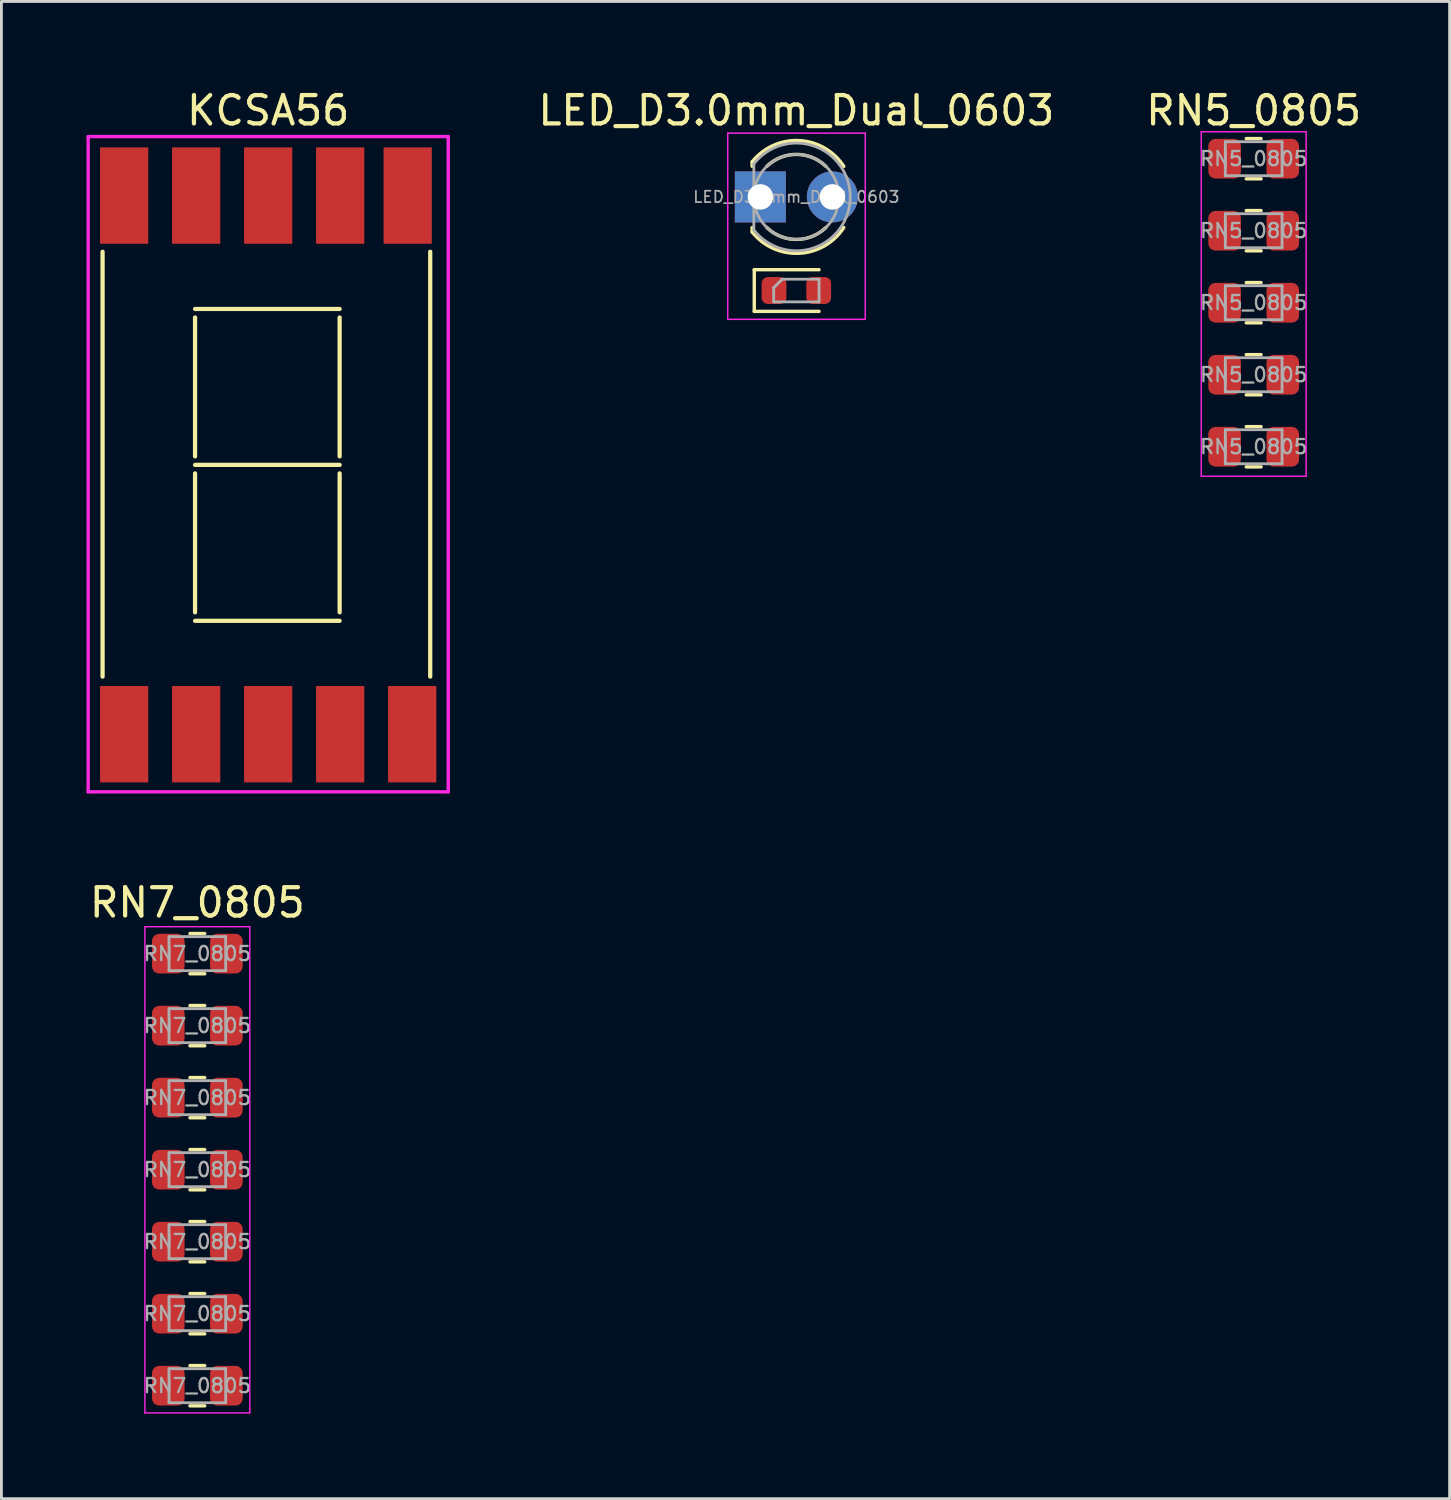
<source format=kicad_pcb>
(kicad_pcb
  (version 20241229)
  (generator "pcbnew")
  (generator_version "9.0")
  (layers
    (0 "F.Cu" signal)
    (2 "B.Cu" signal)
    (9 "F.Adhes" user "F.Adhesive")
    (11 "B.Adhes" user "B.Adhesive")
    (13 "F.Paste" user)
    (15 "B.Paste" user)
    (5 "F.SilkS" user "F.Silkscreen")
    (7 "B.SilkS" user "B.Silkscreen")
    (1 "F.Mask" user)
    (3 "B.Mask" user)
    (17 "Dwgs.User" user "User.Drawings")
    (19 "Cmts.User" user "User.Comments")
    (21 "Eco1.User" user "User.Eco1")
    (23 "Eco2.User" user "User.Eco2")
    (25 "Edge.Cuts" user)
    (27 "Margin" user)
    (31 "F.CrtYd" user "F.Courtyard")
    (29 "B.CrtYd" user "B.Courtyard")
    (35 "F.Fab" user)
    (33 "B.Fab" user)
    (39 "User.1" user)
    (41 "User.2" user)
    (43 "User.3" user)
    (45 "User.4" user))
  (footprint "KCSA56"
    (layer "F.Cu")
    (at 1.33 22.848)
    (property "Reference" "KCSA56" (at 5.08 -22 0) (layer "F.SilkS") (effects (font (size 1 1) (thickness 0.15))))
    (attr through_hole)
    (fp_line (start -0.762 -17.018) (end -0.762 -2.032) (stroke (width 0.15) (type solid)) (layer "F.SilkS"))
    (fp_line (start 2.5 -15) (end 7.6 -15) (stroke (width 0.15) (type solid)) (layer "F.SilkS"))
    (fp_line (start 2.5 -9.8) (end 2.5 -14.7) (stroke (width 0.15) (type solid)) (layer "F.SilkS"))
    (fp_line (start 2.5 -9.5) (end 7.6 -9.5) (stroke (width 0.15) (type solid)) (layer "F.SilkS"))
    (fp_line (start 2.5 -9.2) (end 2.5 -4.3) (stroke (width 0.15) (type solid)) (layer "F.SilkS"))
    (fp_line (start 2.5 -4) (end 7.6 -4) (stroke (width 0.15) (type solid)) (layer "F.SilkS"))
    (fp_line (start 7.6 -14.7) (end 7.6 -9.8) (stroke (width 0.15) (type solid)) (layer "F.SilkS"))
    (fp_line (start 7.6 -4.3) (end 7.6 -9.2) (stroke (width 0.15) (type solid)) (layer "F.SilkS"))
    (fp_line (start 10.795 -17.018) (end 10.795 -2.032) (stroke (width 0.15) (type solid)) (layer "F.SilkS"))
    (fp_line (start -1.27 -21.082) (end -1.27 2.032) (stroke (width 0.12) (type solid)) (layer "F.CrtYd"))
    (fp_line (start -1.27 2.032) (end 11.43 2.032) (stroke (width 0.12) (type solid)) (layer "F.CrtYd"))
    (fp_line (start 11.43 -21.082) (end -1.27 -21.082) (stroke (width 0.12) (type solid)) (layer "F.CrtYd"))
    (fp_line (start 11.43 2.032) (end 11.43 -21.082) (stroke (width 0.12) (type solid)) (layer "F.CrtYd"))
    (pad "1" smd rect (at 0 0) (size 1.7 3.4) (layers "F.Cu" "F.Mask" "F.Paste"))
    (pad "2" smd rect (at 2.54 0) (size 1.7 3.4) (layers "F.Cu" "F.Mask" "F.Paste"))
    (pad "3" smd rect (at 5.08 0) (size 1.7 3.4) (layers "F.Cu" "F.Mask" "F.Paste"))
    (pad "4" smd rect (at 7.62 0) (size 1.7 3.4) (layers "F.Cu" "F.Mask" "F.Paste"))
    (pad "5" smd rect (at 10.16 0) (size 1.7 3.4) (layers "F.Cu" "F.Mask" "F.Paste"))
    (pad "6" smd rect (at 10 -19) (size 1.7 3.4) (layers "F.Cu" "F.Mask" "F.Paste"))
    (pad "7" smd rect (at 7.62 -19) (size 1.7 3.4) (layers "F.Cu" "F.Mask" "F.Paste"))
    (pad "8" smd rect (at 5.08 -19) (size 1.7 3.4) (layers "F.Cu" "F.Mask" "F.Paste"))
    (pad "9" smd rect (at 2.54 -19) (size 1.7 3.4) (layers "F.Cu" "F.Mask" "F.Paste"))
    (pad "10" smd rect (at 0 -19) (size 1.7 3.4) (layers "F.Cu" "F.Mask" "F.Paste")))
  (footprint "RN7_0805"
    (layer "F.Cu")
    (at 3.911 30.588)
    (property "Reference" "RN7_0805" (at 0 -1.8 0) (layer "F.SilkS") (effects (font (size 1 1) (thickness 0.15))))
    (attr through_hole)
    (fp_line (start -0.261 -0.71) (end 0.261 -0.71) (stroke (width 0.12) (type solid)) (layer "F.SilkS"))
    (fp_line (start -0.261 0.71) (end 0.261 0.71) (stroke (width 0.12) (type solid)) (layer "F.SilkS"))
    (fp_line (start -0.261 1.83) (end 0.261 1.83) (stroke (width 0.12) (type solid)) (layer "F.SilkS"))
    (fp_line (start -0.261 3.25) (end 0.261 3.25) (stroke (width 0.12) (type solid)) (layer "F.SilkS"))
    (fp_line (start -0.261 4.37) (end 0.261 4.37) (stroke (width 0.12) (type solid)) (layer "F.SilkS"))
    (fp_line (start -0.261 5.79) (end 0.261 5.79) (stroke (width 0.12) (type solid)) (layer "F.SilkS"))
    (fp_line (start -0.261 6.91) (end 0.261 6.91) (stroke (width 0.12) (type solid)) (layer "F.SilkS"))
    (fp_line (start -0.261 8.33) (end 0.261 8.33) (stroke (width 0.12) (type solid)) (layer "F.SilkS"))
    (fp_line (start -0.261 9.45) (end 0.261 9.45) (stroke (width 0.12) (type solid)) (layer "F.SilkS"))
    (fp_line (start -0.261 10.87) (end 0.261 10.87) (stroke (width 0.12) (type solid)) (layer "F.SilkS"))
    (fp_line (start -0.261 11.99) (end 0.261 11.99) (stroke (width 0.12) (type solid)) (layer "F.SilkS"))
    (fp_line (start -0.261 13.41) (end 0.261 13.41) (stroke (width 0.12) (type solid)) (layer "F.SilkS"))
    (fp_line (start -0.261 14.53) (end 0.261 14.53) (stroke (width 0.12) (type solid)) (layer "F.SilkS"))
    (fp_line (start -0.261 15.95) (end 0.261 15.95) (stroke (width 0.12) (type solid)) (layer "F.SilkS"))
    (fp_line (start -1.85 -0.95) (end 1.85 -0.95) (stroke (width 0.05) (type solid)) (layer "F.CrtYd"))
    (fp_line (start -1.85 16.2) (end -1.85 -0.95) (stroke (width 0.05) (type solid)) (layer "F.CrtYd"))
    (fp_line (start -1.85 16.2) (end 1.85 16.2) (stroke (width 0.05) (type solid)) (layer "F.CrtYd"))
    (fp_line (start 1.85 -0.95) (end 1.85 16.2) (stroke (width 0.05) (type solid)) (layer "F.CrtYd"))
    (fp_line (start -1 -0.6) (end 1 -0.6) (stroke (width 0.1) (type solid)) (layer "F.Fab"))
    (fp_line (start -1 0.6) (end -1 -0.6) (stroke (width 0.1) (type solid)) (layer "F.Fab"))
    (fp_line (start -1 1.94) (end 1 1.94) (stroke (width 0.1) (type solid)) (layer "F.Fab"))
    (fp_line (start -1 3.14) (end -1 1.94) (stroke (width 0.1) (type solid)) (layer "F.Fab"))
    (fp_line (start -1 4.48) (end 1 4.48) (stroke (width 0.1) (type solid)) (layer "F.Fab"))
    (fp_line (start -1 5.68) (end -1 4.48) (stroke (width 0.1) (type solid)) (layer "F.Fab"))
    (fp_line (start -1 7.02) (end 1 7.02) (stroke (width 0.1) (type solid)) (layer "F.Fab"))
    (fp_line (start -1 8.22) (end -1 7.02) (stroke (width 0.1) (type solid)) (layer "F.Fab"))
    (fp_line (start -1 9.56) (end 1 9.56) (stroke (width 0.1) (type solid)) (layer "F.Fab"))
    (fp_line (start -1 10.76) (end -1 9.56) (stroke (width 0.1) (type solid)) (layer "F.Fab"))
    (fp_line (start -1 12.1) (end 1 12.1) (stroke (width 0.1) (type solid)) (layer "F.Fab"))
    (fp_line (start -1 13.3) (end -1 12.1) (stroke (width 0.1) (type solid)) (layer "F.Fab"))
    (fp_line (start -1 14.64) (end 1 14.64) (stroke (width 0.1) (type solid)) (layer "F.Fab"))
    (fp_line (start -1 15.84) (end -1 14.64) (stroke (width 0.1) (type solid)) (layer "F.Fab"))
    (fp_line (start 1 -0.6) (end 1 0.6) (stroke (width 0.1) (type solid)) (layer "F.Fab"))
    (fp_line (start 1 0.6) (end -1 0.6) (stroke (width 0.1) (type solid)) (layer "F.Fab"))
    (fp_line (start 1 1.94) (end 1 3.14) (stroke (width 0.1) (type solid)) (layer "F.Fab"))
    (fp_line (start 1 3.14) (end -1 3.14) (stroke (width 0.1) (type solid)) (layer "F.Fab"))
    (fp_line (start 1 4.48) (end 1 5.68) (stroke (width 0.1) (type solid)) (layer "F.Fab"))
    (fp_line (start 1 5.68) (end -1 5.68) (stroke (width 0.1) (type solid)) (layer "F.Fab"))
    (fp_line (start 1 7.02) (end 1 8.22) (stroke (width 0.1) (type solid)) (layer "F.Fab"))
    (fp_line (start 1 8.22) (end -1 8.22) (stroke (width 0.1) (type solid)) (layer "F.Fab"))
    (fp_line (start 1 9.56) (end 1 10.76) (stroke (width 0.1) (type solid)) (layer "F.Fab"))
    (fp_line (start 1 10.76) (end -1 10.76) (stroke (width 0.1) (type solid)) (layer "F.Fab"))
    (fp_line (start 1 12.1) (end 1 13.3) (stroke (width 0.1) (type solid)) (layer "F.Fab"))
    (fp_line (start 1 13.3) (end -1 13.3) (stroke (width 0.1) (type solid)) (layer "F.Fab"))
    (fp_line (start 1 14.64) (end 1 15.84) (stroke (width 0.1) (type solid)) (layer "F.Fab"))
    (fp_line (start 1 15.84) (end -1 15.84) (stroke (width 0.1) (type solid)) (layer "F.Fab"))
    (fp_text user "${REFERENCE}" (at 0 0 0) (layer "F.Fab") (effects (font (size 0.5 0.5) (thickness 0.08))))
    (fp_text user "${REFERENCE}" (at 0 7.62 0) (layer "F.Fab") (effects (font (size 0.5 0.5) (thickness 0.08))))
    (fp_text user "${REFERENCE}" (at 0 2.54 0) (layer "F.Fab") (effects (font (size 0.5 0.5) (thickness 0.08))))
    (fp_text user "${REFERENCE}" (at 0 5.08 0) (layer "F.Fab") (effects (font (size 0.5 0.5) (thickness 0.08))))
    (fp_text user "${REFERENCE}" (at 0 12.7 0) (layer "F.Fab") (effects (font (size 0.5 0.5) (thickness 0.08))))
    (fp_text user "${REFERENCE}" (at 0 15.24 0) (layer "F.Fab") (effects (font (size 0.5 0.5) (thickness 0.08))))
    (fp_text user "${REFERENCE}" (at 0 10.16 0) (layer "F.Fab") (effects (font (size 0.5 0.5) (thickness 0.08))))
    (pad "1" smd roundrect (at -1.025 0) (size 1.15 1.4) (layers "F.Cu" "F.Mask" "F.Paste") (roundrect_rratio 0.217))
    (pad "2" smd roundrect (at -1.025 2.54) (size 1.15 1.4) (layers "F.Cu" "F.Mask" "F.Paste") (roundrect_rratio 0.217))
    (pad "3" smd roundrect (at -1.025 5.08) (size 1.15 1.4) (layers "F.Cu" "F.Mask" "F.Paste") (roundrect_rratio 0.217))
    (pad "4" smd roundrect (at -1.025 7.62) (size 1.15 1.4) (layers "F.Cu" "F.Mask" "F.Paste") (roundrect_rratio 0.217))
    (pad "5" smd roundrect (at -1.025 10.16) (size 1.15 1.4) (layers "F.Cu" "F.Mask" "F.Paste") (roundrect_rratio 0.217))
    (pad "6" smd roundrect (at -1.025 12.7) (size 1.15 1.4) (layers "F.Cu" "F.Mask" "F.Paste") (roundrect_rratio 0.217))
    (pad "7" smd roundrect (at -1.025 15.24) (size 1.15 1.4) (layers "F.Cu" "F.Mask" "F.Paste") (roundrect_rratio 0.217))
    (pad "8" smd roundrect (at 1.025 15.24) (size 1.15 1.4) (layers "F.Cu" "F.Mask" "F.Paste") (roundrect_rratio 0.217))
    (pad "9" smd roundrect (at 1.025 12.7) (size 1.15 1.4) (layers "F.Cu" "F.Mask" "F.Paste") (roundrect_rratio 0.217))
    (pad "10" smd roundrect (at 1.025 10.16) (size 1.15 1.4) (layers "F.Cu" "F.Mask" "F.Paste") (roundrect_rratio 0.217))
    (pad "11" smd roundrect (at 1.025 7.62) (size 1.15 1.4) (layers "F.Cu" "F.Mask" "F.Paste") (roundrect_rratio 0.217))
    (pad "12" smd roundrect (at 1.025 5.08) (size 1.15 1.4) (layers "F.Cu" "F.Mask" "F.Paste") (roundrect_rratio 0.217))
    (pad "13" smd roundrect (at 1.025 2.54) (size 1.15 1.4) (layers "F.Cu" "F.Mask" "F.Paste") (roundrect_rratio 0.217))
    (pad "14" smd roundrect (at 1.025 0) (size 1.15 1.4) (layers "F.Cu" "F.Mask" "F.Paste") (roundrect_rratio 0.217)))
  (footprint "RN5_0805"
    (layer "F.Cu")
    (at 41.171 2.548)
    (property "Reference" "RN5_0805" (at 0 -1.7 0) (layer "F.SilkS") (effects (font (size 1 1) (thickness 0.15))))
    (attr through_hole)
    (fp_line (start -0.261 -0.71) (end 0.261 -0.71) (stroke (width 0.12) (type solid)) (layer "F.SilkS"))
    (fp_line (start -0.261 0.71) (end 0.261 0.71) (stroke (width 0.12) (type solid)) (layer "F.SilkS"))
    (fp_line (start -0.261 1.83) (end 0.261 1.83) (stroke (width 0.12) (type solid)) (layer "F.SilkS"))
    (fp_line (start -0.261 3.25) (end 0.261 3.25) (stroke (width 0.12) (type solid)) (layer "F.SilkS"))
    (fp_line (start -0.261 4.37) (end 0.261 4.37) (stroke (width 0.12) (type solid)) (layer "F.SilkS"))
    (fp_line (start -0.261 5.79) (end 0.261 5.79) (stroke (width 0.12) (type solid)) (layer "F.SilkS"))
    (fp_line (start -0.261 6.91) (end 0.261 6.91) (stroke (width 0.12) (type solid)) (layer "F.SilkS"))
    (fp_line (start -0.261 8.33) (end 0.261 8.33) (stroke (width 0.12) (type solid)) (layer "F.SilkS"))
    (fp_line (start -0.261 9.45) (end 0.261 9.45) (stroke (width 0.12) (type solid)) (layer "F.SilkS"))
    (fp_line (start -0.261 10.87) (end 0.261 10.87) (stroke (width 0.12) (type solid)) (layer "F.SilkS"))
    (fp_line (start -1.85 -0.95) (end 1.85 -0.95) (stroke (width 0.05) (type solid)) (layer "F.CrtYd"))
    (fp_line (start -1.85 11.2) (end -1.85 -0.95) (stroke (width 0.05) (type solid)) (layer "F.CrtYd"))
    (fp_line (start 1.85 -0.95) (end 1.85 11.2) (stroke (width 0.05) (type solid)) (layer "F.CrtYd"))
    (fp_line (start 1.85 11.2) (end -1.85 11.2) (stroke (width 0.05) (type solid)) (layer "F.CrtYd"))
    (fp_line (start -1 -0.6) (end 1 -0.6) (stroke (width 0.1) (type solid)) (layer "F.Fab"))
    (fp_line (start -1 0.6) (end -1 -0.6) (stroke (width 0.1) (type solid)) (layer "F.Fab"))
    (fp_line (start -1 1.94) (end 1 1.94) (stroke (width 0.1) (type solid)) (layer "F.Fab"))
    (fp_line (start -1 3.14) (end -1 1.94) (stroke (width 0.1) (type solid)) (layer "F.Fab"))
    (fp_line (start -1 4.48) (end 1 4.48) (stroke (width 0.1) (type solid)) (layer "F.Fab"))
    (fp_line (start -1 5.68) (end -1 4.48) (stroke (width 0.1) (type solid)) (layer "F.Fab"))
    (fp_line (start -1 7.02) (end 1 7.02) (stroke (width 0.1) (type solid)) (layer "F.Fab"))
    (fp_line (start -1 8.22) (end -1 7.02) (stroke (width 0.1) (type solid)) (layer "F.Fab"))
    (fp_line (start -1 9.56) (end 1 9.56) (stroke (width 0.1) (type solid)) (layer "F.Fab"))
    (fp_line (start -1 10.76) (end -1 9.56) (stroke (width 0.1) (type solid)) (layer "F.Fab"))
    (fp_line (start 1 -0.6) (end 1 0.6) (stroke (width 0.1) (type solid)) (layer "F.Fab"))
    (fp_line (start 1 0.6) (end -1 0.6) (stroke (width 0.1) (type solid)) (layer "F.Fab"))
    (fp_line (start 1 1.94) (end 1 3.14) (stroke (width 0.1) (type solid)) (layer "F.Fab"))
    (fp_line (start 1 3.14) (end -1 3.14) (stroke (width 0.1) (type solid)) (layer "F.Fab"))
    (fp_line (start 1 4.48) (end 1 5.68) (stroke (width 0.1) (type solid)) (layer "F.Fab"))
    (fp_line (start 1 5.68) (end -1 5.68) (stroke (width 0.1) (type solid)) (layer "F.Fab"))
    (fp_line (start 1 7.02) (end 1 8.22) (stroke (width 0.1) (type solid)) (layer "F.Fab"))
    (fp_line (start 1 8.22) (end -1 8.22) (stroke (width 0.1) (type solid)) (layer "F.Fab"))
    (fp_line (start 1 9.56) (end 1 10.76) (stroke (width 0.1) (type solid)) (layer "F.Fab"))
    (fp_line (start 1 10.76) (end -1 10.76) (stroke (width 0.1) (type solid)) (layer "F.Fab"))
    (fp_text user "${REFERENCE}" (at 0 0 0) (layer "F.Fab") (effects (font (size 0.5 0.5) (thickness 0.08))))
    (fp_text user "${REFERENCE}" (at 0 2.54 0) (layer "F.Fab") (effects (font (size 0.5 0.5) (thickness 0.08))))
    (fp_text user "${REFERENCE}" (at 0 7.62 0) (layer "F.Fab") (effects (font (size 0.5 0.5) (thickness 0.08))))
    (fp_text user "${REFERENCE}" (at 0 5.08 0) (layer "F.Fab") (effects (font (size 0.5 0.5) (thickness 0.08))))
    (fp_text user "${REFERENCE}" (at 0 10.16 0) (layer "F.Fab") (effects (font (size 0.5 0.5) (thickness 0.08))))
    (pad "1" smd roundrect (at -1.025 0) (size 1.15 1.4) (layers "F.Cu" "F.Mask" "F.Paste") (roundrect_rratio 0.217))
    (pad "2" smd roundrect (at -1.025 2.54) (size 1.15 1.4) (layers "F.Cu" "F.Mask" "F.Paste") (roundrect_rratio 0.217))
    (pad "3" smd roundrect (at -1.025 5.08) (size 1.15 1.4) (layers "F.Cu" "F.Mask" "F.Paste") (roundrect_rratio 0.217))
    (pad "4" smd roundrect (at -1.025 7.62) (size 1.15 1.4) (layers "F.Cu" "F.Mask" "F.Paste") (roundrect_rratio 0.217))
    (pad "5" smd roundrect (at -1.025 10.16) (size 1.15 1.4) (layers "F.Cu" "F.Mask" "F.Paste") (roundrect_rratio 0.217))
    (pad "6" smd roundrect (at 1.025 10.16) (size 1.15 1.4) (layers "F.Cu" "F.Mask" "F.Paste") (roundrect_rratio 0.217))
    (pad "7" smd roundrect (at 1.025 7.62) (size 1.15 1.4) (layers "F.Cu" "F.Mask" "F.Paste") (roundrect_rratio 0.217))
    (pad "8" smd roundrect (at 1.025 5.08) (size 1.15 1.4) (layers "F.Cu" "F.Mask" "F.Paste") (roundrect_rratio 0.217))
    (pad "9" smd roundrect (at 1.025 2.54) (size 1.15 1.4) (layers "F.Cu" "F.Mask" "F.Paste") (roundrect_rratio 0.217))
    (pad "10" smd roundrect (at 1.025 0) (size 1.15 1.4) (layers "F.Cu" "F.Mask" "F.Paste") (roundrect_rratio 0.217)))
  (footprint "LED_D3.0mm_Dual_0603"
    (layer "F.Cu")
    (at 23.77 3.896)
    (property "Reference" "LED_D3.0mm_Dual_0603" (at 1.27 -3.048 0) (layer "F.SilkS") (effects (font (size 1 1) (thickness 0.15))))
    (attr through_hole)
    (fp_line (start -0.29 -1.236) (end -0.29 -1.08) (stroke (width 0.12) (type solid)) (layer "F.SilkS"))
    (fp_line (start -0.29 1.08) (end -0.29 1.236) (stroke (width 0.12) (type solid)) (layer "F.SilkS"))
    (fp_line (start -0.215 2.567) (end -0.215 4.037) (stroke (width 0.12) (type solid)) (layer "F.SilkS"))
    (fp_line (start -0.215 4.037) (end 2.07 4.037) (stroke (width 0.12) (type solid)) (layer "F.SilkS"))
    (fp_line (start 2.07 2.567) (end -0.215 2.567) (stroke (width 0.12) (type solid)) (layer "F.SilkS"))
    (fp_arc (start -0.29 -1.235516) (mid 1.366487 -1.987659) (end 2.942335 -1.078608) (stroke (width 0.12) (type solid)) (layer "F.SilkS"))
    (fp_arc (start 0.229039 -1.08) (mid 1.270117 -1.5) (end 2.31113 -1.079837) (stroke (width 0.12) (type solid)) (layer "F.SilkS"))
    (fp_arc (start 2.31113 1.079837) (mid 1.270117 1.5) (end 0.229039 1.08) (stroke (width 0.12) (type solid)) (layer "F.SilkS"))
    (fp_arc (start 2.942335 1.078608) (mid 1.366487 1.987659) (end -0.29 1.235516) (stroke (width 0.12) (type solid)) (layer "F.SilkS"))
    (fp_line (start -1.15 -2.25) (end -1.15 4.318) (stroke (width 0.05) (type solid)) (layer "F.CrtYd"))
    (fp_line (start -1.15 4.318) (end 3.7 4.318) (stroke (width 0.05) (type solid)) (layer "F.CrtYd"))
    (fp_line (start 3.7 -2.25) (end -1.15 -2.25) (stroke (width 0.05) (type solid)) (layer "F.CrtYd"))
    (fp_line (start 3.7 4.318) (end 3.7 -2.25) (stroke (width 0.05) (type solid)) (layer "F.CrtYd"))
    (fp_line (start -0.23 -1.166) (end -0.23 1.166) (stroke (width 0.1) (type solid)) (layer "F.Fab"))
    (fp_line (start 0.47 3.202) (end 0.47 3.702) (stroke (width 0.1) (type solid)) (layer "F.Fab"))
    (fp_line (start 0.47 3.702) (end 2.07 3.702) (stroke (width 0.1) (type solid)) (layer "F.Fab"))
    (fp_line (start 0.77 2.902) (end 0.47 3.202) (stroke (width 0.1) (type solid)) (layer "F.Fab"))
    (fp_line (start 2.07 2.902) (end 0.77 2.902) (stroke (width 0.1) (type solid)) (layer "F.Fab"))
    (fp_line (start 2.07 3.702) (end 2.07 2.902) (stroke (width 0.1) (type solid)) (layer "F.Fab"))
    (fp_arc (start -0.23 -1.16619) (mid 3.17 0.000452) (end -0.230555 1.165476) (stroke (width 0.1) (type solid)) (layer "F.Fab"))
    (fp_circle (center 1.27 0) (end 2.77 0) (stroke (width 0.1) (type solid)) (fill no) (layer "F.Fab"))
    (fp_text user "${REFERENCE}" (at 1.27 0 0) (layer "F.Fab") (effects (font (size 0.4 0.4) (thickness 0.06))))
    (pad "1" thru_hole rect (at 0 0) (size 1.8 1.8) (drill 0.9) (layers "*.Cu" "*.Mask"))
    (pad "1" smd roundrect (at 0.482 3.302) (size 0.875 0.95) (layers "F.Cu" "F.Mask" "F.Paste") (roundrect_rratio 0.25))
    (pad "2" smd roundrect (at 2.058 3.302) (size 0.875 0.95) (layers "F.Cu" "F.Mask" "F.Paste") (roundrect_rratio 0.25))
    (pad "2" thru_hole circle (at 2.54 0) (size 1.8 1.8) (drill 0.9) (layers "*.Cu" "*.Mask")))
  (gr_rect
    (start -3 -3)
    (end 48.082 49.813)
    (stroke (width 0.1) (type default))
    (fill no)
    (layer "Edge.Cuts")))
</source>
